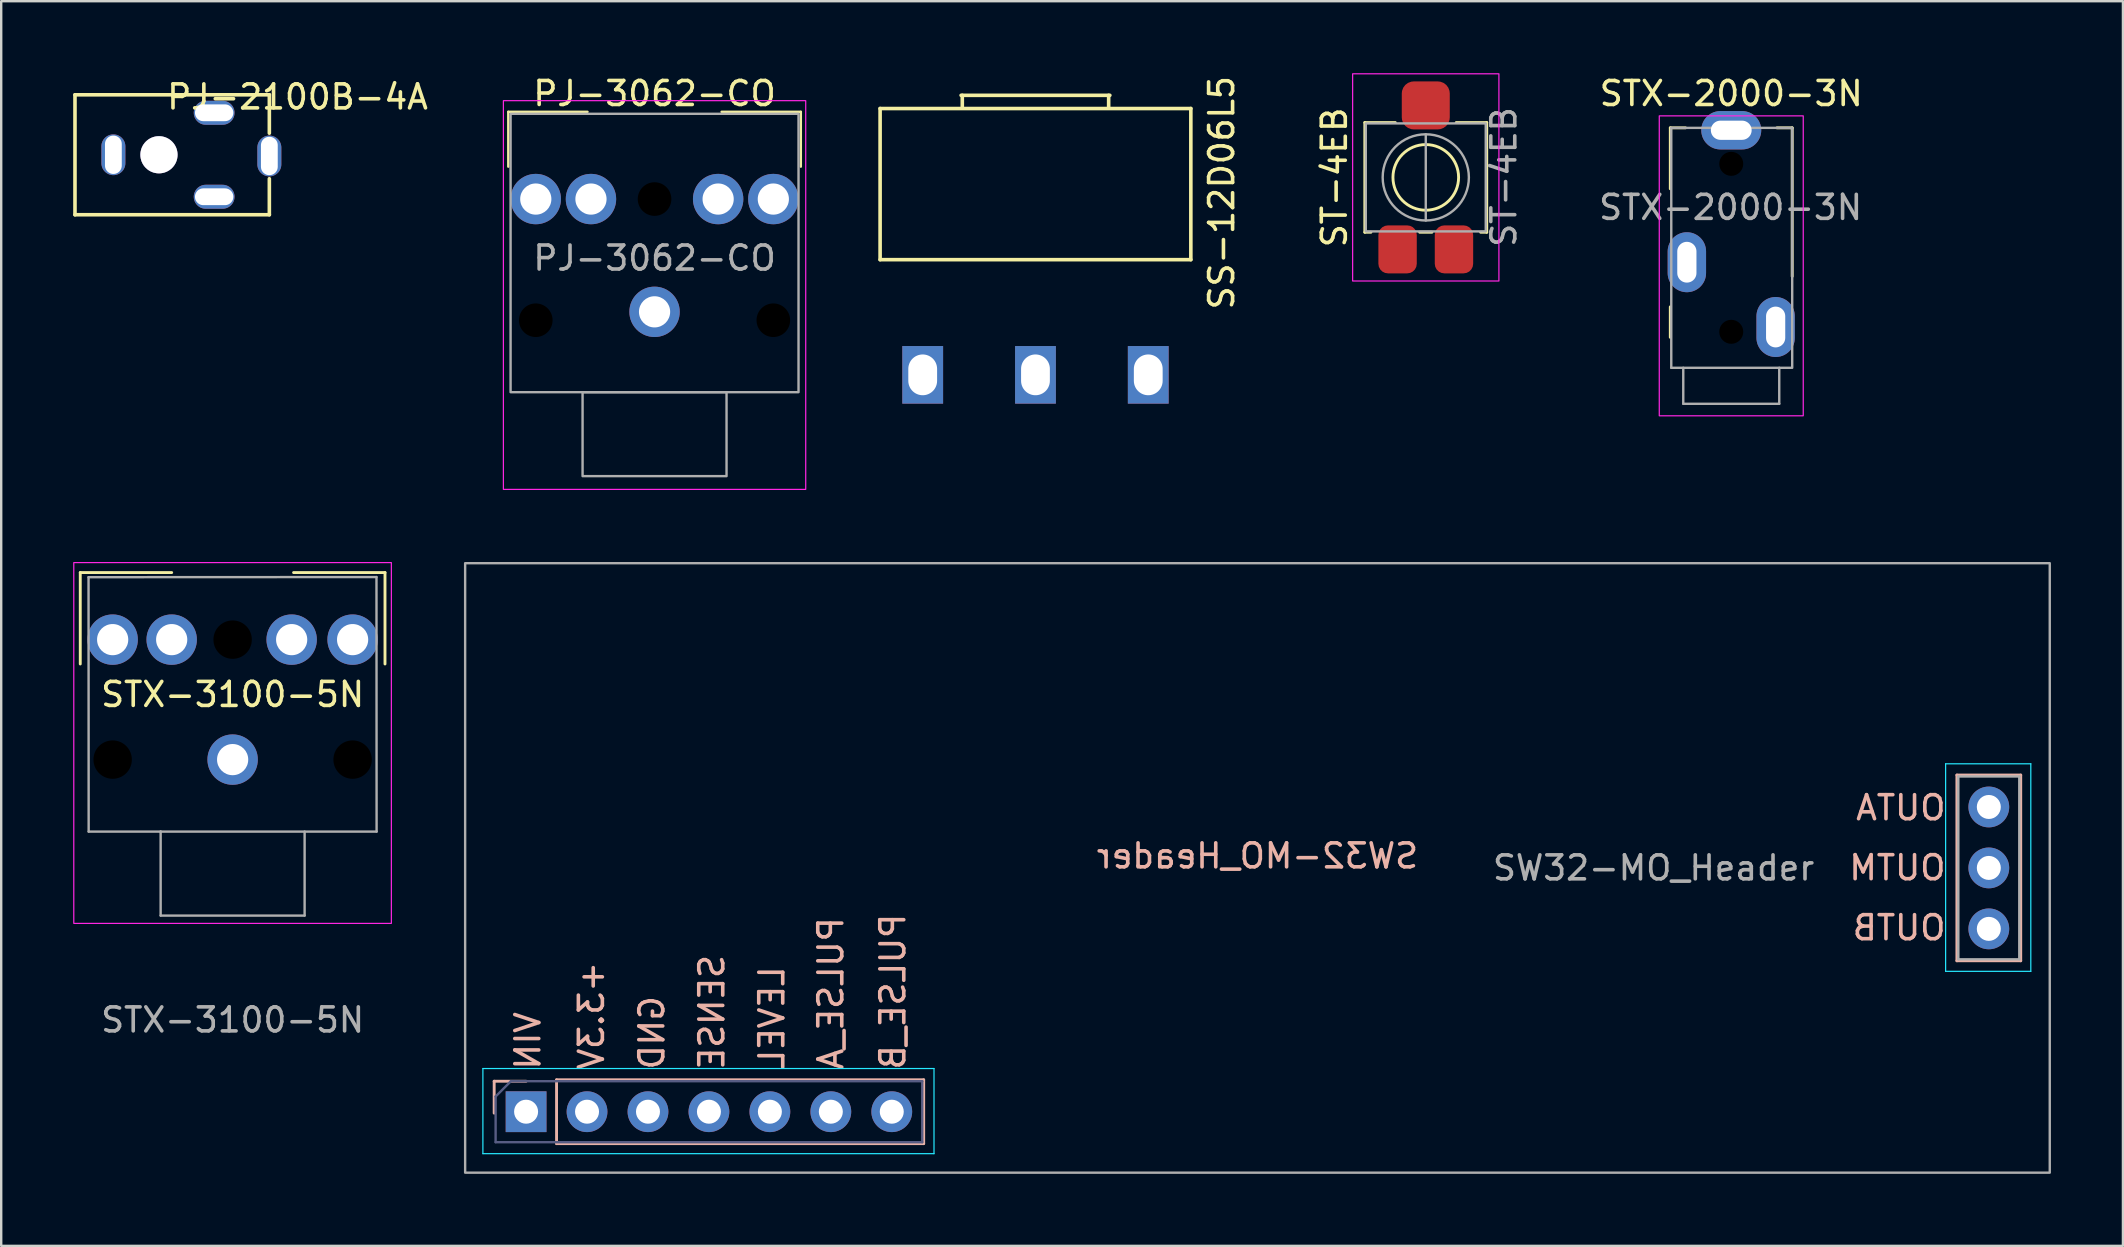
<source format=kicad_pcb>
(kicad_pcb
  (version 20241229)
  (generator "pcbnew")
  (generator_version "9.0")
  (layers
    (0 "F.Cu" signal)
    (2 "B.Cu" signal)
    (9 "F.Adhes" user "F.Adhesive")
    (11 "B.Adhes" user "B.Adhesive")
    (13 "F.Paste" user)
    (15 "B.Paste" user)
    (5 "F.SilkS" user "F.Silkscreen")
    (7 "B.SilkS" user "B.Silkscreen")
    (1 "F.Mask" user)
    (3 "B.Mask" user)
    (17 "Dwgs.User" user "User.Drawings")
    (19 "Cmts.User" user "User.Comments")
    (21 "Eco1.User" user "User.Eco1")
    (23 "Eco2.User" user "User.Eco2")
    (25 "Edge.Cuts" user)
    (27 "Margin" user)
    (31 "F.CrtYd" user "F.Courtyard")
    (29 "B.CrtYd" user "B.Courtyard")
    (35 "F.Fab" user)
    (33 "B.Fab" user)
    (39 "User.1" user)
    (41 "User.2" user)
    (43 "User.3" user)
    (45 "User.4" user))
  (footprint "ST-4EB"
    (layer "F.Cu")
    (at 56.37 4.343)
    (property "Reference" "ST-4EB" (at -3.81 0 90) (unlocked yes) (layer "F.SilkS") (effects (font (size 1 1) (thickness 0.15))))
    (attr smd)
    (fp_line (start -2.54 -2.286) (end -2.54 2.286) (stroke (width 0.12) (type solid)) (layer "F.SilkS"))
    (fp_line (start -2.54 -2.286) (end -1.27 -2.286) (stroke (width 0.12) (type solid)) (layer "F.SilkS"))
    (fp_line (start -2.54 2.286) (end -2.286 2.286) (stroke (width 0.12) (type solid)) (layer "F.SilkS"))
    (fp_line (start -0.254 2.286) (end 0.254 2.286) (stroke (width 0.12) (type solid)) (layer "F.SilkS"))
    (fp_line (start 2.54 -2.286) (end 1.27 -2.286) (stroke (width 0.12) (type solid)) (layer "F.SilkS"))
    (fp_line (start 2.54 2.286) (end 2.286 2.286) (stroke (width 0.12) (type solid)) (layer "F.SilkS"))
    (fp_line (start 2.54 2.286) (end 2.54 -2.286) (stroke (width 0.12) (type solid)) (layer "F.SilkS"))
    (fp_circle (center 0 0) (end 1.27 -0.508) (stroke (width 0.12) (type solid)) (fill no) (layer "F.SilkS"))
    (fp_rect (start -3.048 -4.318) (end 3.048 4.318) (stroke (width 0.05) (type solid)) (fill no) (layer "F.CrtYd"))
    (fp_line (start 0 -1.796) (end 0 1.796) (stroke (width 0.1) (type solid)) (layer "F.Fab"))
    (fp_rect (start -2.5 -2.25) (end 2.5 2.25) (stroke (width 0.1) (type solid)) (fill no) (layer "F.Fab"))
    (fp_circle (center 0 0) (end 1.27 -1.27) (stroke (width 0.1) (type solid)) (fill no) (layer "F.Fab"))
    (fp_text user "${REFERENCE}" (at 3.254 -0.017 90) (unlocked yes) (layer "F.Fab") (effects (font (size 1 1) (thickness 0.15))))
    (pad "1" smd roundrect (at 1.175 3) (size 1.6 2) (layers "F.Cu" "F.Mask" "F.Paste") (roundrect_rratio 0.25))
    (pad "2" smd roundrect (at 0 -3) (size 2 2) (layers "F.Cu" "F.Mask" "F.Paste") (roundrect_rratio 0.25))
    (pad "3" smd roundrect (at -1.175 3) (size 1.6 2) (layers "F.Cu" "F.Mask" "F.Paste") (roundrect_rratio 0.25)))
  (footprint "PJ-2100B-4A"
    (layer "F.Cu")
    (at 4.975 0.25)
    (property "Reference" "PJ-2100B-4A" (at 4.375 0.74 0) (layer "F.SilkS") (effects (font (size 1 1) (thickness 0.15))))
    (attr through_hole)
    (fp_line (start -4.9 0.65) (end 3.2 0.65) (stroke (width 0.15) (type solid)) (layer "F.SilkS"))
    (fp_line (start -4.9 5.65) (end -4.9 0.65) (stroke (width 0.15) (type solid)) (layer "F.SilkS"))
    (fp_line (start 3.2 2.25) (end 3.2 0.65) (stroke (width 0.15) (type solid)) (layer "F.SilkS"))
    (fp_line (start 3.2 5.65) (end -4.9 5.65) (stroke (width 0.15) (type solid)) (layer "F.SilkS"))
    (fp_line (start 3.2 5.65) (end 3.2 4.15) (stroke (width 0.15) (type solid)) (layer "F.SilkS"))
    (pad "" thru_hole circle (at -1.4 3.15 180) (size 1.55 1.55) (drill 1.55) (layers "*.Cu" "*.Mask"))
    (pad "R" thru_hole oval (at 3.2 3.2 90) (size 1.7 1) (drill oval 1.6 0.7) (layers "*.Cu" "*.Mask"))
    (pad "S" thru_hole oval (at -3.3 3.15 90) (size 1.7 1) (drill oval 1.6 0.7) (layers "*.Cu" "*.Mask"))
    (pad "T" thru_hole oval (at 0.9 1.4 180) (size 1.7 1) (drill oval 1.6 0.7) (layers "*.Cu" "*.Mask"))
    (pad "T" thru_hole oval (at 0.9 4.9 180) (size 1.7 1) (drill oval 1.6 0.7) (layers "*.Cu" "*.Mask")))
  (footprint "SS-12D06L5"
    (layer "F.Cu")
    (at 38.454 8.622)
    (property "Reference" "SS-12D06L5" (at 9.41 -3.64 90) (layer "F.SilkS") (effects (font (size 1 1) (thickness 0.15))))
    (attr through_hole)
    (fp_line (start -4.825 -7.15) (end 8.125 -7.15) (stroke (width 0.15) (type solid)) (layer "F.SilkS"))
    (fp_line (start -4.825 -0.85) (end -4.825 -7.15) (stroke (width 0.15) (type solid)) (layer "F.SilkS"))
    (fp_line (start -4.825 -0.85) (end 8.125 -0.85) (stroke (width 0.15) (type solid)) (layer "F.SilkS"))
    (fp_line (start -1.45 -7.7) (end 4.75 -7.7) (stroke (width 0.15) (type solid)) (layer "F.SilkS"))
    (fp_line (start -1.4 -7.7) (end -1.4 -7.2) (stroke (width 0.15) (type solid)) (layer "F.SilkS"))
    (fp_line (start 4.7 -7.7) (end 4.7 -7.2) (stroke (width 0.15) (type solid)) (layer "F.SilkS"))
    (fp_line (start 8.125 -0.85) (end 8.125 -7.15) (stroke (width 0.15) (type solid)) (layer "F.SilkS"))
    (pad "" thru_hole rect (at 6.35 3.95) (size 1.7 2.4) (drill oval 1.2 1.7) (layers "*.Cu" "*.Mask"))
    (pad "1" thru_hole rect (at -3.05 3.95) (size 1.7 2.4) (drill oval 1.2 1.7) (layers "*.Cu" "*.Mask"))
    (pad "2" thru_hole rect (at 1.65 3.95) (size 1.7 2.4) (drill oval 1.2 1.7) (layers "*.Cu" "*.Mask")))
  (footprint "STX-2000-3N"
    (layer "F.Cu")
    (at 69.101 12.278)
    (property "Reference" "STX-2000-3N" (at 0 -11.43 0) (unlocked yes) (layer "F.SilkS") (effects (font (size 1 1) (thickness 0.15))))
    (attr through_hole)
    (fp_line (start -2.54 -10) (end -2.54 -7.46) (stroke (width 0.12) (type solid)) (layer "F.SilkS"))
    (fp_line (start -2.54 -10) (end -1.905 -10) (stroke (width 0.12) (type solid)) (layer "F.SilkS"))
    (fp_line (start -2.54 -2.54) (end -2.54 -1.27) (stroke (width 0.12) (type solid)) (layer "F.SilkS"))
    (fp_line (start 2.54 -10) (end 1.905 -10) (stroke (width 0.12) (type solid)) (layer "F.SilkS"))
    (fp_line (start 2.54 -10) (end 2.54 -3.81) (stroke (width 0.12) (type solid)) (layer "F.SilkS"))
    (fp_rect (start -3 2) (end 3 -10.5) (stroke (width 0.05) (type solid)) (fill no) (layer "F.CrtYd"))
    (fp_line (start -2.5 -10) (end 2.54 -10) (stroke (width 0.1) (type solid)) (layer "F.Fab"))
    (fp_line (start -2.5 0) (end -2.5 -10) (stroke (width 0.1) (type solid)) (layer "F.Fab"))
    (fp_line (start -2.5 0) (end 2.5 0) (stroke (width 0.1) (type solid)) (layer "F.Fab"))
    (fp_line (start -2 0) (end -2 1.5) (stroke (width 0.1) (type solid)) (layer "F.Fab"))
    (fp_line (start 2 0) (end 2 1.5) (stroke (width 0.1) (type solid)) (layer "F.Fab"))
    (fp_line (start 2 1.5) (end -2 1.5) (stroke (width 0.1) (type solid)) (layer "F.Fab"))
    (fp_line (start 2.54 0) (end 2.54 -10) (stroke (width 0.1) (type solid)) (layer "F.Fab"))
    (fp_text user "${REFERENCE}" (at -0.027 -6.684 0) (unlocked yes) (layer "F.Fab") (effects (font (size 1 1) (thickness 0.15))))
    (pad "" np_thru_hole circle (at 0 -8.5) (size 1 1) (drill 1) (layers "*.Mask"))
    (pad "" np_thru_hole circle (at 0 -1.5) (size 1 1) (drill 1) (layers "*.Mask"))
    (pad "R" thru_hole oval (at -1.85 -4.4) (size 1.6 2.5) (drill oval 0.8 1.7) (layers "*.Cu" "*.Mask"))
    (pad "S" thru_hole oval (at 1.85 -1.7) (size 1.6 2.5) (drill oval 0.8 1.7) (layers "*.Cu" "*.Mask"))
    (pad "T" thru_hole oval (at 0 -9.9 90) (size 1.6 2.5) (drill oval 0.8 1.7) (layers "*.Cu" "*.Mask")))
  (footprint "STX-3100-5N"
    (layer "F.Cu")
    (at 6.645 31.607)
    (property "Reference" "STX-3100-5N" (at 0 -5.715 0) (unlocked yes) (layer "F.SilkS") (effects (font (size 1 1) (thickness 0.15))))
    (attr through_hole)
    (fp_line (start -6.35 -10.795) (end -6.35 -6.985) (stroke (width 0.12) (type solid)) (layer "F.SilkS"))
    (fp_line (start -2.54 -10.795) (end -6.35 -10.795) (stroke (width 0.12) (type solid)) (layer "F.SilkS"))
    (fp_line (start 6.35 -10.795) (end 2.54 -10.795) (stroke (width 0.12) (type solid)) (layer "F.SilkS"))
    (fp_line (start 6.35 -6.985) (end 6.35 -10.795) (stroke (width 0.12) (type solid)) (layer "F.SilkS"))
    (fp_rect (start -6.62 -11.211) (end 6.615 3.825) (stroke (width 0.05) (type solid)) (fill no) (layer "F.CrtYd"))
    (fp_line (start -6.005 -10.602) (end -6 0) (stroke (width 0.1) (type solid)) (layer "F.Fab"))
    (fp_line (start -6 0) (end -3 0) (stroke (width 0.1) (type solid)) (layer "F.Fab"))
    (fp_line (start -3 0) (end -3 3.5) (stroke (width 0.1) (type solid)) (layer "F.Fab"))
    (fp_line (start -3 0) (end 6 0) (stroke (width 0.1) (type solid)) (layer "F.Fab"))
    (fp_line (start -3 3.5) (end 3 3.5) (stroke (width 0.1) (type solid)) (layer "F.Fab"))
    (fp_line (start 3 3.5) (end 3 0) (stroke (width 0.1) (type solid)) (layer "F.Fab"))
    (fp_line (start 5.995 -10.608) (end -6.005 -10.602) (stroke (width 0.1) (type solid)) (layer "F.Fab"))
    (fp_line (start 6 0) (end 5.995 -10.608) (stroke (width 0.1) (type solid)) (layer "F.Fab"))
    (fp_text user "${REFERENCE}" (at 0 7.85 0) (unlocked yes) (layer "F.Fab") (effects (font (size 1 1) (thickness 0.15))))
    (pad "" np_thru_hole circle (at -5 -3) (size 1.6 1.6) (drill 1.6) (layers "*.Mask"))
    (pad "" np_thru_hole circle (at 0 -8) (size 1.6 1.6) (drill 1.6) (layers "*.Mask"))
    (pad "" np_thru_hole circle (at 5 -3) (size 1.6 1.6) (drill 1.6) (layers "*.Mask"))
    (pad "R" thru_hole circle (at -5 -8) (size 2.1 2.1) (drill 1.3) (layers "*.Cu" "*.Mask"))
    (pad "RN" thru_hole circle (at -2.54 -8) (size 2.1 2.1) (drill 1.3) (layers "*.Cu" "*.Mask"))
    (pad "S" thru_hole circle (at 0 -3) (size 2.1 2.1) (drill 1.3) (layers "*.Cu" "*.Mask"))
    (pad "T" thru_hole circle (at 5 -8) (size 2.1 2.1) (drill 1.3) (layers "*.Cu" "*.Mask"))
    (pad "TN" thru_hole circle (at 2.46 -8) (size 2.1 2.1) (drill 1.3) (layers "*.Cu" "*.Mask")))
  (footprint "SW32-MO_Header"
    (layer "F.Cu")
    (at 49.355 33.121)
    (property "Reference" "SW32-MO_Header" (at 0 -0.5 0) (unlocked yes) (layer "B.SilkS") (effects (font (size 1 1) (thickness 0.15)) (justify mirror)))
    (attr through_hole)
    (fp_line (start -31.81 8.89) (end -30.48 8.89) (stroke (width 0.12) (type solid)) (layer "B.SilkS"))
    (fp_line (start -31.81 10.22) (end -31.81 8.89) (stroke (width 0.12) (type solid)) (layer "B.SilkS"))
    (fp_line (start -29.21 8.83) (end -29.21 11.49) (stroke (width 0.12) (type solid)) (layer "B.SilkS"))
    (fp_line (start -29.21 8.83) (end -13.91 8.83) (stroke (width 0.12) (type solid)) (layer "B.SilkS"))
    (fp_line (start -29.21 11.49) (end -13.91 11.49) (stroke (width 0.12) (type solid)) (layer "B.SilkS"))
    (fp_line (start -13.91 8.83) (end -13.91 11.49) (stroke (width 0.12) (type solid)) (layer "B.SilkS"))
    (fp_line (start 29.15 -3.87) (end 29.15 3.87) (stroke (width 0.12) (type solid)) (layer "B.SilkS"))
    (fp_line (start 29.15 -3.87) (end 31.81 -3.87) (stroke (width 0.12) (type solid)) (layer "B.SilkS"))
    (fp_line (start 29.15 3.87) (end 31.81 3.87) (stroke (width 0.12) (type solid)) (layer "B.SilkS"))
    (fp_line (start 31.81 -3.87) (end 31.81 3.87) (stroke (width 0.12) (type solid)) (layer "B.SilkS"))
    (fp_line (start -32.28 8.36) (end -32.28 11.91) (stroke (width 0.05) (type solid)) (layer "B.CrtYd"))
    (fp_line (start -32.28 11.91) (end -13.48 11.91) (stroke (width 0.05) (type solid)) (layer "B.CrtYd"))
    (fp_line (start -13.48 8.36) (end -32.28 8.36) (stroke (width 0.05) (type solid)) (layer "B.CrtYd"))
    (fp_line (start -13.48 11.91) (end -13.48 8.36) (stroke (width 0.05) (type solid)) (layer "B.CrtYd"))
    (fp_line (start 28.68 -4.34) (end 32.23 -4.34) (stroke (width 0.05) (type solid)) (layer "B.CrtYd"))
    (fp_line (start 28.68 4.31) (end 28.68 -4.34) (stroke (width 0.05) (type solid)) (layer "B.CrtYd"))
    (fp_line (start 32.23 -4.34) (end 32.23 4.31) (stroke (width 0.05) (type solid)) (layer "B.CrtYd"))
    (fp_line (start 32.23 4.31) (end 28.68 4.31) (stroke (width 0.05) (type solid)) (layer "B.CrtYd"))
    (fp_line (start -31.75 11.43) (end -13.97 11.43) (stroke (width 0.1) (type solid)) (layer "B.Fab"))
    (fp_line (start -31.749 9.525) (end -31.75 11.43) (stroke (width 0.1) (type solid)) (layer "B.Fab"))
    (fp_line (start -31.114 8.89) (end -31.749 9.525) (stroke (width 0.1) (type solid)) (layer "B.Fab"))
    (fp_line (start -13.97 8.89) (end -31.114 8.89) (stroke (width 0.1) (type solid)) (layer "B.Fab"))
    (fp_line (start -13.97 11.43) (end -13.97 8.89) (stroke (width 0.1) (type solid)) (layer "B.Fab"))
    (fp_line (start 29.21 -3.81) (end 31.75 -3.81) (stroke (width 0.1) (type solid)) (layer "F.Fab"))
    (fp_line (start 29.21 3.81) (end 29.21 -3.81) (stroke (width 0.1) (type solid)) (layer "F.Fab"))
    (fp_line (start 31.75 -3.81) (end 31.75 3.81) (stroke (width 0.1) (type solid)) (layer "F.Fab"))
    (fp_line (start 31.75 3.81) (end 29.21 3.81) (stroke (width 0.1) (type solid)) (layer "F.Fab"))
    (fp_rect (start -33.02 -12.7) (end 33.02 12.7) (stroke (width 0.1) (type solid)) (fill no) (layer "F.Fab"))
    (fp_text user "SENSE" (at -22.739 6.015 90) (unlocked yes) (layer "B.SilkS") (effects (font (size 1 1) (thickness 0.15)) (justify mirror)))
    (fp_text user "OUTM" (at 26.67 -0.007 0) (unlocked yes) (layer "B.SilkS") (effects (font (size 1 1) (thickness 0.15)) (justify mirror)))
    (fp_text user "PULSE_A" (at -17.779 5.229 90) (unlocked yes) (layer "B.SilkS") (effects (font (size 1 1) (thickness 0.15)) (justify mirror)))
    (fp_text user "GND" (at -25.239 6.872 90) (unlocked yes) (layer "B.SilkS") (effects (font (size 1 1) (thickness 0.15)) (justify mirror)))
    (fp_text user "+3.3V" (at -27.756 6.158 90) (unlocked yes) (layer "B.SilkS") (effects (font (size 1 1) (thickness 0.15)) (justify mirror)))
    (fp_text user "LEVEL" (at -20.239 6.253 90) (unlocked yes) (layer "B.SilkS") (effects (font (size 1 1) (thickness 0.15)) (justify mirror)))
    (fp_text user "OUTA" (at 26.813 -2.507 0) (unlocked yes) (layer "B.SilkS") (effects (font (size 1 1) (thickness 0.15)) (justify mirror)))
    (fp_text user "PULSE_B" (at -15.195 5.158 90) (unlocked yes) (layer "B.SilkS") (effects (font (size 1 1) (thickness 0.15)) (justify mirror)))
    (fp_text user "OUTB" (at 26.741 2.493 0) (unlocked yes) (layer "B.SilkS") (effects (font (size 1 1) (thickness 0.15)) (justify mirror)))
    (fp_text user "VIN" (at -30.406 7.205 90) (unlocked yes) (layer "B.SilkS") (effects (font (size 1 1) (thickness 0.15)) (justify mirror)))
    (fp_text user "${REFERENCE}" (at 16.51 0 180) (layer "F.Fab") (effects (font (size 1 1) (thickness 0.15))))
    (pad "1" thru_hole rect (at -30.48 10.16 90) (size 1.7 1.7) (drill 1) (layers "*.Cu" "*.Mask"))
    (pad "2" thru_hole oval (at -27.94 10.16 90) (size 1.7 1.7) (drill 1) (layers "*.Cu" "*.Mask"))
    (pad "3" thru_hole oval (at -25.4 10.16 90) (size 1.7 1.7) (drill 1) (layers "*.Cu" "*.Mask"))
    (pad "4" thru_hole oval (at -22.86 10.16 90) (size 1.7 1.7) (drill 1) (layers "*.Cu" "*.Mask"))
    (pad "5" thru_hole oval (at -20.32 10.16 90) (size 1.7 1.7) (drill 1) (layers "*.Cu" "*.Mask"))
    (pad "6" thru_hole oval (at -17.78 10.16 90) (size 1.7 1.7) (drill 1) (layers "*.Cu" "*.Mask"))
    (pad "7" thru_hole oval (at -15.24 10.16 90) (size 1.7 1.7) (drill 1) (layers "*.Cu" "*.Mask"))
    (pad "8" thru_hole circle (at 30.48 -2.54) (size 1.7 1.7) (drill 1) (layers "*.Cu" "*.Mask"))
    (pad "9" thru_hole oval (at 30.48 0) (size 1.7 1.7) (drill 1) (layers "*.Cu" "*.Mask"))
    (pad "10" thru_hole oval (at 30.48 2.54) (size 1.7 1.7) (drill 1) (layers "*.Cu" "*.Mask")))
  (footprint "PJ-3062-CO"
    (layer "F.Cu")
    (at 24.229 13.294)
    (property "Reference" "PJ-3062-CO" (at 0 -12.446 0) (unlocked yes) (layer "F.SilkS") (effects (font (size 1 1) (thickness 0.15))))
    (attr through_hole)
    (fp_line (start -6.096 -11.684) (end -6.096 -9.398) (stroke (width 0.1) (type default)) (layer "F.SilkS"))
    (fp_line (start -6.096 -11.684) (end -2.794 -11.684) (stroke (width 0.1) (type default)) (layer "F.SilkS"))
    (fp_line (start 6.096 -11.684) (end 2.794 -11.684) (stroke (width 0.1) (type default)) (layer "F.SilkS"))
    (fp_line (start 6.096 -9.398) (end 6.096 -11.684) (stroke (width 0.1) (type default)) (layer "F.SilkS"))
    (fp_rect (start -6.3 -12.148) (end 6.3 4.052) (stroke (width 0.05) (type solid)) (fill no) (layer "F.CrtYd"))
    (fp_rect (start -6 -11.6) (end 6 0) (stroke (width 0.1) (type default)) (fill no) (layer "F.Fab"))
    (fp_rect (start -3 0) (end 3 3.5) (stroke (width 0.1) (type default)) (fill no) (layer "F.Fab"))
    (fp_text user "${REFERENCE}" (at 0 -5.588 0) (unlocked yes) (layer "F.Fab") (effects (font (size 1 1) (thickness 0.15))))
    (pad "" np_thru_hole circle (at -4.95 -2.998) (size 1.4 1.4) (drill 1.4) (layers "*.Mask"))
    (pad "" np_thru_hole circle (at 0 -8.048) (size 1.4 1.4) (drill 1.4) (layers "*.Mask"))
    (pad "" np_thru_hole circle (at 4.95 -2.998) (size 1.4 1.4) (drill 1.4) (layers "*.Mask"))
    (pad "R" thru_hole circle (at 2.65 -8.048) (size 2.1 2.1) (drill 1.3) (layers "*.Cu" "*.Mask"))
    (pad "RN" thru_hole circle (at -4.95 -8.048) (size 2.1 2.1) (drill 1.3) (layers "*.Cu" "*.Mask"))
    (pad "S" thru_hole circle (at 0 -3.348) (size 2.1 2.1) (drill 1.3) (layers "*.Cu" "*.Mask"))
    (pad "T" thru_hole circle (at 4.95 -8.048) (size 2.1 2.1) (drill 1.3) (layers "*.Cu" "*.Mask"))
    (pad "TN" thru_hole circle (at -2.65 -8.048) (size 2.1 2.1) (drill 1.3) (layers "*.Cu" "*.Mask")))
  (gr_rect
    (start -3 -3)
    (end 85.425 48.871)
    (stroke (width 0.1) (type default))
    (fill no)
    (layer "Edge.Cuts")))
</source>
